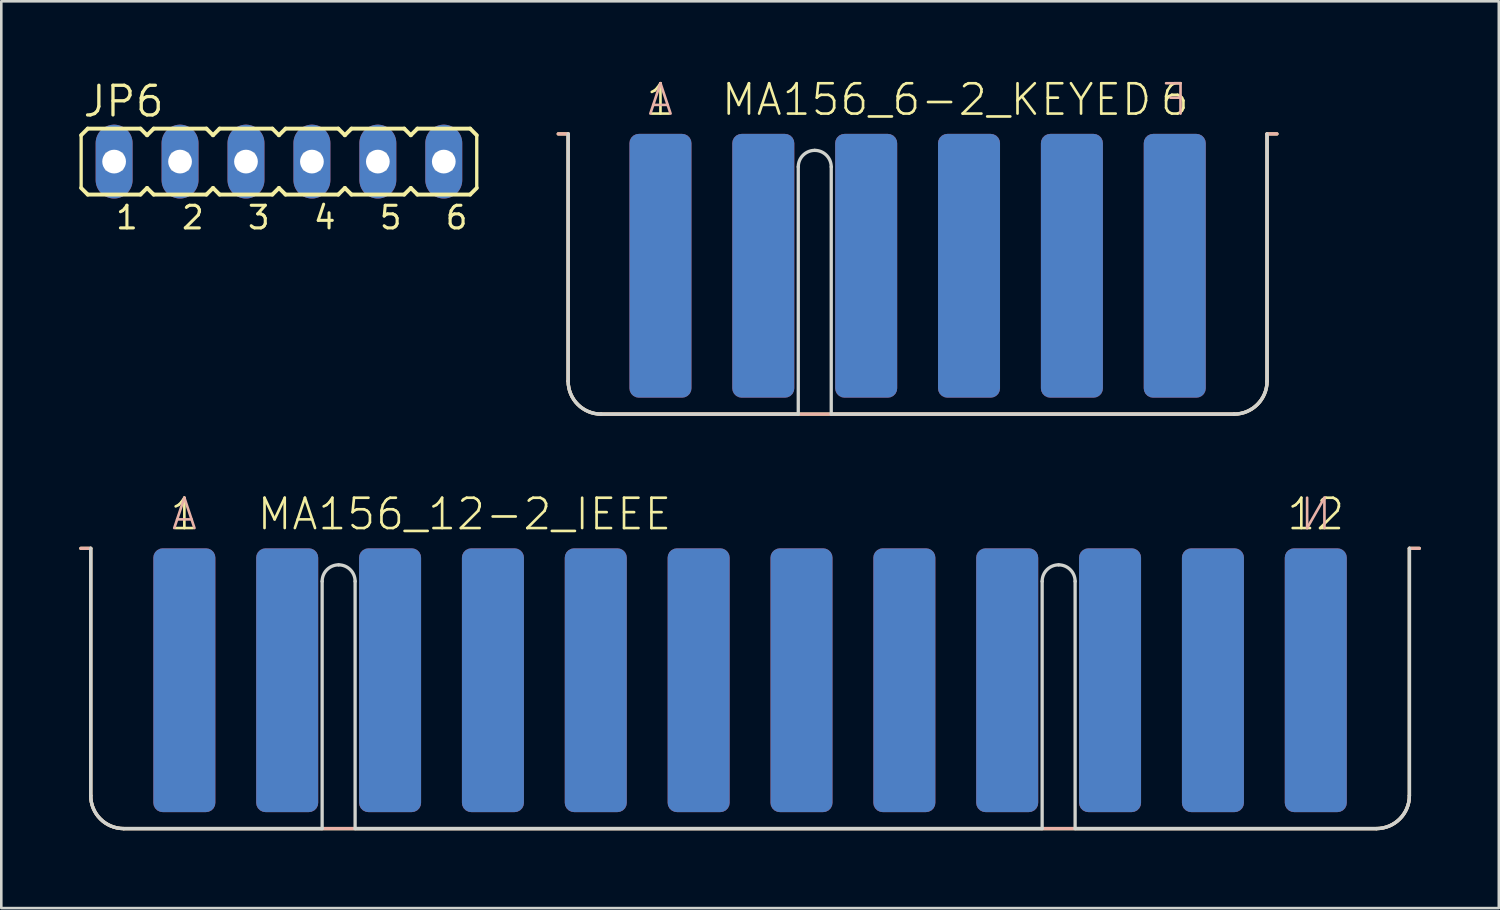
<source format=kicad_pcb>
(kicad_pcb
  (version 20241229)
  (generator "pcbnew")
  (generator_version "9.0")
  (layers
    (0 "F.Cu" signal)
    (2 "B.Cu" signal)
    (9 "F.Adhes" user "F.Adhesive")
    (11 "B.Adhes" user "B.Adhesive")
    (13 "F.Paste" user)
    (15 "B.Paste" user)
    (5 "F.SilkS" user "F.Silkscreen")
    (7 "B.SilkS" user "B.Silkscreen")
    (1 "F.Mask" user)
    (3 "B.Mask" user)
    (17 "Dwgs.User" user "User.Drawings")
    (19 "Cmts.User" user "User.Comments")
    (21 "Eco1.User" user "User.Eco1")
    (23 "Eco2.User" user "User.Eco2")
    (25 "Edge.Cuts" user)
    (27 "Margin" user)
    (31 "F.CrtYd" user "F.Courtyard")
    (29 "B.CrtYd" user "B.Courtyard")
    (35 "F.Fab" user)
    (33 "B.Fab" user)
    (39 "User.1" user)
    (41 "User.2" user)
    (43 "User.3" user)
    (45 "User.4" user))
  (footprint "MA156_6-2_KEYED"
    (layer "F.Cu")
    (at 32.299 7.188)
    (property "Reference" "MA156_6-2_KEYED" (at -7.62 -5.715 0) (layer "F.SilkS") (effects (font (size 1.168 1.168) (thickness 0.102)) (justify left bottom)))
    (fp_line (start -13.843 -5.08) (end -13.462 -5.08) (stroke (width 0.127) (type solid)) (layer "F.SilkS"))
    (fp_line (start -13.462 4.445) (end -13.462 -5.08) (stroke (width 0.127) (type solid)) (layer "F.SilkS"))
    (fp_line (start 12.192 5.715) (end -12.192 5.715) (stroke (width 0.127) (type solid)) (layer "F.SilkS"))
    (fp_line (start 13.462 -5.08) (end 13.462 4.445) (stroke (width 0.127) (type solid)) (layer "F.SilkS"))
    (fp_line (start 13.462 -5.08) (end 13.843 -5.08) (stroke (width 0.127) (type solid)) (layer "F.SilkS"))
    (fp_arc (start -12.192 5.715) (mid -13.090026 5.343026) (end -13.462 4.445) (stroke (width 0.127) (type solid)) (layer "F.SilkS"))
    (fp_arc (start 13.462 4.445) (mid 13.090026 5.343026) (end 12.192 5.715) (stroke (width 0.127) (type solid)) (layer "F.SilkS"))
    (fp_line (start -13.843 -5.08) (end -13.462 -5.08) (stroke (width 0.127) (type solid)) (layer "B.SilkS"))
    (fp_line (start -13.462 -5.08) (end -13.462 4.445) (stroke (width 0.127) (type solid)) (layer "B.SilkS"))
    (fp_line (start -12.192 5.715) (end 12.192 5.715) (stroke (width 0.127) (type solid)) (layer "B.SilkS"))
    (fp_line (start 13.462 -5.08) (end 13.843 -5.08) (stroke (width 0.127) (type solid)) (layer "B.SilkS"))
    (fp_line (start 13.462 4.445) (end 13.462 -5.08) (stroke (width 0.127) (type solid)) (layer "B.SilkS"))
    (fp_arc (start -12.192 5.715) (mid -13.090026 5.343026) (end -13.462 4.445) (stroke (width 0.127) (type solid)) (layer "B.SilkS"))
    (fp_arc (start 13.462 4.445) (mid 13.090026 5.343026) (end 12.192 5.715) (stroke (width 0.127) (type solid)) (layer "B.SilkS"))
    (fp_line (start -13.462 -5.08) (end -13.462 4.445) (stroke (width 0.127) (type solid)) (layer "Edge.Cuts"))
    (fp_line (start -12.192 5.715) (end -4.597 5.715) (stroke (width 0.127) (type solid)) (layer "Edge.Cuts"))
    (fp_line (start -4.597 5.715) (end -4.597 -3.81) (stroke (width 0.127) (type solid)) (layer "Edge.Cuts"))
    (fp_line (start -3.327 5.715) (end -3.327 -3.81) (stroke (width 0.127) (type solid)) (layer "Edge.Cuts"))
    (fp_line (start -3.327 5.715) (end 12.192 5.715) (stroke (width 0.127) (type solid)) (layer "Edge.Cuts"))
    (fp_line (start 13.462 4.445) (end 13.462 -5.08) (stroke (width 0.127) (type solid)) (layer "Edge.Cuts"))
    (fp_arc (start -12.192 5.715) (mid -13.090026 5.343026) (end -13.462 4.445) (stroke (width 0.127) (type solid)) (layer "Edge.Cuts"))
    (fp_arc (start -4.5974 -3.81) (mid -4.411413 -4.259013) (end -3.9624 -4.445) (stroke (width 0.127) (type solid)) (layer "Edge.Cuts"))
    (fp_arc (start -3.9624 -4.445) (mid -3.513387 -4.259013) (end -3.3274 -3.81) (stroke (width 0.127) (type solid)) (layer "Edge.Cuts"))
    (fp_arc (start 13.462 4.445) (mid 13.090026 5.343026) (end 12.192 5.715) (stroke (width 0.127) (type solid)) (layer "Edge.Cuts"))
    (fp_text user "1" (at -9.906 -5.715 0) (layer "F.SilkS") (effects (font (size 1.168 1.168) (thickness 0.102)) (justify bottom)))
    (fp_text user "6" (at 9.906 -5.715 0) (layer "F.SilkS") (effects (font (size 1.168 1.168) (thickness 0.102)) (justify bottom)))
    (fp_text user "A" (at -9.906 -5.715 0) (layer "B.SilkS") (effects (font (size 1.168 1.168) (thickness 0.102)) (justify bottom mirror)))
    (fp_text user "F" (at 9.906 -5.715 0) (layer "B.SilkS") (effects (font (size 1.168 1.168) (thickness 0.102)) (justify bottom mirror)))
    (pad "1" smd roundrect (at -9.906 0) (size 2.388 10.16) (layers "F.Cu" "F.Mask" "F.Paste") (roundrect_rratio 0.15))
    (pad "2" smd roundrect (at -5.944 0) (size 2.388 10.16) (layers "F.Cu" "F.Mask" "F.Paste") (roundrect_rratio 0.15))
    (pad "3" smd roundrect (at -1.981 0) (size 2.388 10.16) (layers "F.Cu" "F.Mask" "F.Paste") (roundrect_rratio 0.15))
    (pad "4" smd roundrect (at 1.981 0) (size 2.388 10.16) (layers "F.Cu" "F.Mask" "F.Paste") (roundrect_rratio 0.15))
    (pad "5" smd roundrect (at 5.944 0) (size 2.388 10.16) (layers "F.Cu" "F.Mask" "F.Paste") (roundrect_rratio 0.15))
    (pad "6" smd roundrect (at 9.906 0) (size 2.388 10.16) (layers "F.Cu" "F.Mask" "F.Paste") (roundrect_rratio 0.15))
    (pad "A" smd roundrect (at -9.906 0) (size 2.388 10.16) (layers "B.Cu" "B.Mask" "B.Paste") (roundrect_rratio 0.15))
    (pad "B" smd roundrect (at -5.944 0) (size 2.388 10.16) (layers "B.Cu" "B.Mask" "B.Paste") (roundrect_rratio 0.15))
    (pad "C" smd roundrect (at -1.981 0) (size 2.388 10.16) (layers "B.Cu" "B.Mask" "B.Paste") (roundrect_rratio 0.15))
    (pad "D" smd roundrect (at 1.981 0) (size 2.388 10.16) (layers "B.Cu" "B.Mask" "B.Paste") (roundrect_rratio 0.15))
    (pad "E" smd roundrect (at 5.944 0) (size 2.388 10.16) (layers "B.Cu" "B.Mask" "B.Paste") (roundrect_rratio 0.15))
    (pad "F" smd roundrect (at 9.906 0) (size 2.388 10.16) (layers "B.Cu" "B.Mask" "B.Paste") (roundrect_rratio 0.15)))
  (footprint "JP6"
    (layer "F.Cu")
    (at 8.966 4.445)
    (property "Reference" "JP6" (at -8.89 -2.921 0) (layer "F.SilkS") (effects (font (size 1.143 1.143) (thickness 0.127)) (justify left bottom)))
    (fp_line (start -8.89 -2.286) (end -8.89 -0.254) (stroke (width 0.127) (type solid)) (layer "F.SilkS"))
    (fp_line (start -8.89 -2.286) (end -8.636 -2.54) (stroke (width 0.152) (type solid)) (layer "F.SilkS"))
    (fp_line (start -8.89 -0.254) (end -8.636 0) (stroke (width 0.152) (type solid)) (layer "F.SilkS"))
    (fp_line (start -6.604 -2.54) (end -8.636 -2.54) (stroke (width 0.152) (type solid)) (layer "F.SilkS"))
    (fp_line (start -6.604 -2.54) (end -6.35 -2.286) (stroke (width 0.152) (type solid)) (layer "F.SilkS"))
    (fp_line (start -6.604 0) (end -8.636 0) (stroke (width 0.152) (type solid)) (layer "F.SilkS"))
    (fp_line (start -6.604 0) (end -6.35 -0.254) (stroke (width 0.152) (type solid)) (layer "F.SilkS"))
    (fp_line (start -6.35 -2.286) (end -6.096 -2.54) (stroke (width 0.152) (type solid)) (layer "F.SilkS"))
    (fp_line (start -6.35 -0.254) (end -6.096 0) (stroke (width 0.152) (type solid)) (layer "F.SilkS"))
    (fp_line (start -4.064 -2.54) (end -6.096 -2.54) (stroke (width 0.152) (type solid)) (layer "F.SilkS"))
    (fp_line (start -4.064 -2.54) (end -3.81 -2.286) (stroke (width 0.152) (type solid)) (layer "F.SilkS"))
    (fp_line (start -4.064 0) (end -6.096 0) (stroke (width 0.152) (type solid)) (layer "F.SilkS"))
    (fp_line (start -4.064 0) (end -3.81 -0.254) (stroke (width 0.152) (type solid)) (layer "F.SilkS"))
    (fp_line (start -3.81 -2.286) (end -3.556 -2.54) (stroke (width 0.152) (type solid)) (layer "F.SilkS"))
    (fp_line (start -3.81 -0.254) (end -3.556 0) (stroke (width 0.152) (type solid)) (layer "F.SilkS"))
    (fp_line (start -1.524 -2.54) (end -3.556 -2.54) (stroke (width 0.152) (type solid)) (layer "F.SilkS"))
    (fp_line (start -1.524 -2.54) (end -1.27 -2.286) (stroke (width 0.152) (type solid)) (layer "F.SilkS"))
    (fp_line (start -1.524 0) (end -3.556 0) (stroke (width 0.152) (type solid)) (layer "F.SilkS"))
    (fp_line (start -1.524 0) (end -1.27 -0.254) (stroke (width 0.152) (type solid)) (layer "F.SilkS"))
    (fp_line (start -1.27 -2.286) (end -1.016 -2.54) (stroke (width 0.152) (type solid)) (layer "F.SilkS"))
    (fp_line (start -1.27 -0.254) (end -1.016 0) (stroke (width 0.152) (type solid)) (layer "F.SilkS"))
    (fp_line (start 1.016 -2.54) (end -1.016 -2.54) (stroke (width 0.152) (type solid)) (layer "F.SilkS"))
    (fp_line (start 1.016 -2.54) (end 1.27 -2.286) (stroke (width 0.152) (type solid)) (layer "F.SilkS"))
    (fp_line (start 1.016 0) (end -1.016 0) (stroke (width 0.152) (type solid)) (layer "F.SilkS"))
    (fp_line (start 1.016 0) (end 1.27 -0.254) (stroke (width 0.152) (type solid)) (layer "F.SilkS"))
    (fp_line (start 1.27 -2.286) (end 1.524 -2.54) (stroke (width 0.152) (type solid)) (layer "F.SilkS"))
    (fp_line (start 1.27 -0.254) (end 1.524 0) (stroke (width 0.152) (type solid)) (layer "F.SilkS"))
    (fp_line (start 3.556 -2.54) (end 1.524 -2.54) (stroke (width 0.152) (type solid)) (layer "F.SilkS"))
    (fp_line (start 3.556 -2.54) (end 3.81 -2.286) (stroke (width 0.152) (type solid)) (layer "F.SilkS"))
    (fp_line (start 3.556 0) (end 1.524 0) (stroke (width 0.152) (type solid)) (layer "F.SilkS"))
    (fp_line (start 3.556 0) (end 3.81 -0.254) (stroke (width 0.152) (type solid)) (layer "F.SilkS"))
    (fp_line (start 3.81 -2.286) (end 4.064 -2.54) (stroke (width 0.152) (type solid)) (layer "F.SilkS"))
    (fp_line (start 3.81 -0.254) (end 4.064 0) (stroke (width 0.152) (type solid)) (layer "F.SilkS"))
    (fp_line (start 6.096 -2.54) (end 4.064 -2.54) (stroke (width 0.152) (type solid)) (layer "F.SilkS"))
    (fp_line (start 6.096 -2.54) (end 6.35 -2.286) (stroke (width 0.152) (type solid)) (layer "F.SilkS"))
    (fp_line (start 6.096 0) (end 4.064 0) (stroke (width 0.152) (type solid)) (layer "F.SilkS"))
    (fp_line (start 6.096 0) (end 6.35 -0.254) (stroke (width 0.152) (type solid)) (layer "F.SilkS"))
    (fp_line (start 6.35 -2.286) (end 6.35 -0.254) (stroke (width 0.127) (type solid)) (layer "F.SilkS"))
    (fp_poly (pts (xy -7.925 -0.965) (xy -7.315 -0.965) (xy -7.315 -1.575) (xy -7.925 -1.575)) (stroke (width 0.1) (type default)) (fill no) (layer "F.Fab"))
    (fp_poly (pts (xy -5.385 -0.965) (xy -4.775 -0.965) (xy -4.775 -1.575) (xy -5.385 -1.575)) (stroke (width 0.1) (type default)) (fill no) (layer "F.Fab"))
    (fp_poly (pts (xy -2.845 -0.965) (xy -2.235 -0.965) (xy -2.235 -1.575) (xy -2.845 -1.575)) (stroke (width 0.1) (type default)) (fill no) (layer "F.Fab"))
    (fp_poly (pts (xy -0.305 -0.965) (xy 0.305 -0.965) (xy 0.305 -1.575) (xy -0.305 -1.575)) (stroke (width 0.1) (type default)) (fill no) (layer "F.Fab"))
    (fp_poly (pts (xy 2.235 -0.965) (xy 2.845 -0.965) (xy 2.845 -1.575) (xy 2.235 -1.575)) (stroke (width 0.1) (type default)) (fill no) (layer "F.Fab"))
    (fp_poly (pts (xy 4.775 -0.965) (xy 5.385 -0.965) (xy 5.385 -1.575) (xy 4.775 -1.575)) (stroke (width 0.1) (type default)) (fill no) (layer "F.Fab"))
    (fp_text user "1" (at -7.62 1.397 0) (layer "F.SilkS") (effects (font (size 0.872 0.872) (thickness 0.119)) (justify left bottom)))
    (fp_text user "4" (at 0 1.397 0) (layer "F.SilkS") (effects (font (size 0.872 0.872) (thickness 0.119)) (justify left bottom)))
    (fp_text user "3" (at -2.54 1.397 0) (layer "F.SilkS") (effects (font (size 0.872 0.872) (thickness 0.119)) (justify left bottom)))
    (fp_text user "2" (at -5.08 1.397 0) (layer "F.SilkS") (effects (font (size 0.872 0.872) (thickness 0.119)) (justify left bottom)))
    (fp_text user "6" (at 5.08 1.397 0) (layer "F.SilkS") (effects (font (size 0.872 0.872) (thickness 0.119)) (justify left bottom)))
    (fp_text user "5" (at 2.54 1.397 0) (layer "F.SilkS") (effects (font (size 0.872 0.872) (thickness 0.119)) (justify left bottom)))
    (pad "1" thru_hole oval (at -7.62 -1.27 90) (size 2.845 1.422) (drill 0.914) (layers "*.Cu" "*.Mask"))
    (pad "2" thru_hole oval (at -5.08 -1.27 90) (size 2.845 1.422) (drill 0.914) (layers "*.Cu" "*.Mask"))
    (pad "3" thru_hole oval (at -2.54 -1.27 90) (size 2.845 1.422) (drill 0.914) (layers "*.Cu" "*.Mask"))
    (pad "4" thru_hole oval (at 0 -1.27 90) (size 2.845 1.422) (drill 0.914) (layers "*.Cu" "*.Mask"))
    (pad "5" thru_hole oval (at 2.54 -1.27 90) (size 2.845 1.422) (drill 0.914) (layers "*.Cu" "*.Mask"))
    (pad "6" thru_hole oval (at 5.08 -1.27 90) (size 2.845 1.422) (drill 0.914) (layers "*.Cu" "*.Mask")))
  (footprint "MA156_12-2_IEEE"
    (layer "F.Cu")
    (at 25.845 23.155)
    (property "Reference" "MA156_12-2_IEEE" (at -19.05 -5.715 0) (layer "F.SilkS") (effects (font (size 1.168 1.168) (thickness 0.102)) (justify left bottom)))
    (fp_line (start -25.781 -5.08) (end -25.4 -5.08) (stroke (width 0.127) (type solid)) (layer "F.SilkS"))
    (fp_line (start -25.4 4.445) (end -25.4 -5.08) (stroke (width 0.127) (type solid)) (layer "F.SilkS"))
    (fp_line (start -24.13 5.715) (end 24.13 5.715) (stroke (width 0.127) (type solid)) (layer "F.SilkS"))
    (fp_line (start 25.4 -5.08) (end 25.781 -5.08) (stroke (width 0.127) (type solid)) (layer "F.SilkS"))
    (fp_line (start 25.4 4.445) (end 25.4 -5.08) (stroke (width 0.127) (type solid)) (layer "F.SilkS"))
    (fp_arc (start -24.13 5.715) (mid -25.028026 5.343026) (end -25.4 4.445) (stroke (width 0.127) (type solid)) (layer "F.SilkS"))
    (fp_arc (start 25.4 4.445) (mid 25.028026 5.343026) (end 24.13 5.715) (stroke (width 0.127) (type solid)) (layer "F.SilkS"))
    (fp_line (start -25.781 -5.08) (end -25.4 -5.08) (stroke (width 0.127) (type solid)) (layer "B.SilkS"))
    (fp_line (start -25.4 -5.08) (end -25.4 4.445) (stroke (width 0.127) (type solid)) (layer "B.SilkS"))
    (fp_line (start -24.13 5.715) (end 24.13 5.715) (stroke (width 0.127) (type solid)) (layer "B.SilkS"))
    (fp_line (start 25.4 -5.08) (end 25.781 -5.08) (stroke (width 0.127) (type solid)) (layer "B.SilkS"))
    (fp_line (start 25.4 4.445) (end 25.4 -5.08) (stroke (width 0.127) (type solid)) (layer "B.SilkS"))
    (fp_arc (start -24.13 5.715) (mid -25.028026 5.343026) (end -25.4 4.445) (stroke (width 0.127) (type solid)) (layer "B.SilkS"))
    (fp_arc (start 25.4 4.445) (mid 25.028026 5.343026) (end 24.13 5.715) (stroke (width 0.127) (type solid)) (layer "B.SilkS"))
    (fp_line (start -25.4 -5.08) (end -25.4 4.445) (stroke (width 0.127) (type solid)) (layer "Edge.Cuts"))
    (fp_line (start -24.13 5.715) (end -16.485 5.715) (stroke (width 0.127) (type solid)) (layer "Edge.Cuts"))
    (fp_line (start -16.485 5.715) (end -16.485 -3.81) (stroke (width 0.127) (type solid)) (layer "Edge.Cuts"))
    (fp_line (start -15.215 5.715) (end -15.215 -3.81) (stroke (width 0.127) (type solid)) (layer "Edge.Cuts"))
    (fp_line (start -15.215 5.715) (end 11.252 5.715) (stroke (width 0.127) (type solid)) (layer "Edge.Cuts"))
    (fp_line (start 11.252 5.715) (end 11.252 -3.81) (stroke (width 0.127) (type solid)) (layer "Edge.Cuts"))
    (fp_line (start 12.522 5.715) (end 12.522 -3.81) (stroke (width 0.127) (type solid)) (layer "Edge.Cuts"))
    (fp_line (start 12.522 5.715) (end 24.13 5.715) (stroke (width 0.127) (type solid)) (layer "Edge.Cuts"))
    (fp_line (start 25.4 4.445) (end 25.4 -5.08) (stroke (width 0.127) (type solid)) (layer "Edge.Cuts"))
    (fp_arc (start -24.13 5.715) (mid -25.028026 5.343026) (end -25.4 4.445) (stroke (width 0.127) (type solid)) (layer "Edge.Cuts"))
    (fp_arc (start -16.4846 -3.81) (mid -16.298613 -4.259013) (end -15.8496 -4.445) (stroke (width 0.127) (type solid)) (layer "Edge.Cuts"))
    (fp_arc (start -15.8496 -4.445) (mid -15.400587 -4.259013) (end -15.2146 -3.81) (stroke (width 0.127) (type solid)) (layer "Edge.Cuts"))
    (fp_arc (start 11.2522 -3.81) (mid 11.438187 -4.259013) (end 11.8872 -4.445) (stroke (width 0.127) (type solid)) (layer "Edge.Cuts"))
    (fp_arc (start 11.8872 -4.445) (mid 12.336213 -4.259013) (end 12.5222 -3.81) (stroke (width 0.127) (type solid)) (layer "Edge.Cuts"))
    (fp_arc (start 25.4 4.445) (mid 25.028026 5.343026) (end 24.13 5.715) (stroke (width 0.127) (type solid)) (layer "Edge.Cuts"))
    (fp_text user "1" (at -21.793 -5.715 0) (layer "F.SilkS") (effects (font (size 1.168 1.168) (thickness 0.102)) (justify bottom)))
    (fp_text user "12" (at 21.793 -5.715 0) (layer "F.SilkS") (effects (font (size 1.168 1.168) (thickness 0.102)) (justify bottom)))
    (fp_text user "N" (at 21.793 -5.715 0) (layer "B.SilkS") (effects (font (size 1.168 1.168) (thickness 0.102)) (justify bottom mirror)))
    (fp_text user "A" (at -21.793 -5.715 0) (layer "B.SilkS") (effects (font (size 1.168 1.168) (thickness 0.102)) (justify bottom mirror)))
    (pad "1" smd roundrect (at -21.793 0) (size 2.388 10.16) (layers "F.Cu" "F.Mask" "F.Paste") (roundrect_rratio 0.15))
    (pad "2" smd roundrect (at -17.831 0) (size 2.388 10.16) (layers "F.Cu" "F.Mask" "F.Paste") (roundrect_rratio 0.15))
    (pad "3" smd roundrect (at -13.868 0) (size 2.388 10.16) (layers "F.Cu" "F.Mask" "F.Paste") (roundrect_rratio 0.15))
    (pad "4" smd roundrect (at -9.906 0) (size 2.388 10.16) (layers "F.Cu" "F.Mask" "F.Paste") (roundrect_rratio 0.15))
    (pad "5" smd roundrect (at -5.944 0) (size 2.388 10.16) (layers "F.Cu" "F.Mask" "F.Paste") (roundrect_rratio 0.15))
    (pad "6" smd roundrect (at -1.981 0) (size 2.388 10.16) (layers "F.Cu" "F.Mask" "F.Paste") (roundrect_rratio 0.15))
    (pad "7" smd roundrect (at 1.981 0) (size 2.388 10.16) (layers "F.Cu" "F.Mask" "F.Paste") (roundrect_rratio 0.15))
    (pad "8" smd roundrect (at 5.944 0) (size 2.388 10.16) (layers "F.Cu" "F.Mask" "F.Paste") (roundrect_rratio 0.15))
    (pad "9" smd roundrect (at 9.906 0) (size 2.388 10.16) (layers "F.Cu" "F.Mask" "F.Paste") (roundrect_rratio 0.15))
    (pad "10" smd roundrect (at 13.868 0) (size 2.388 10.16) (layers "F.Cu" "F.Mask" "F.Paste") (roundrect_rratio 0.15))
    (pad "11" smd roundrect (at 17.831 0) (size 2.388 10.16) (layers "F.Cu" "F.Mask" "F.Paste") (roundrect_rratio 0.15))
    (pad "12" smd roundrect (at 21.793 0) (size 2.388 10.16) (layers "F.Cu" "F.Mask" "F.Paste") (roundrect_rratio 0.15))
    (pad "A" smd roundrect (at -21.793 0) (size 2.388 10.16) (layers "B.Cu" "B.Mask" "B.Paste") (roundrect_rratio 0.15))
    (pad "B" smd roundrect (at -17.831 0) (size 2.388 10.16) (layers "B.Cu" "B.Mask" "B.Paste") (roundrect_rratio 0.15))
    (pad "C" smd roundrect (at -13.868 0) (size 2.388 10.16) (layers "B.Cu" "B.Mask" "B.Paste") (roundrect_rratio 0.15))
    (pad "D" smd roundrect (at -9.906 0) (size 2.388 10.16) (layers "B.Cu" "B.Mask" "B.Paste") (roundrect_rratio 0.15))
    (pad "E" smd roundrect (at -5.944 0) (size 2.388 10.16) (layers "B.Cu" "B.Mask" "B.Paste") (roundrect_rratio 0.15))
    (pad "F" smd roundrect (at -1.981 0) (size 2.388 10.16) (layers "B.Cu" "B.Mask" "B.Paste") (roundrect_rratio 0.15))
    (pad "H" smd roundrect (at 1.981 0) (size 2.388 10.16) (layers "B.Cu" "B.Mask" "B.Paste") (roundrect_rratio 0.15))
    (pad "J" smd roundrect (at 5.944 0) (size 2.388 10.16) (layers "B.Cu" "B.Mask" "B.Paste") (roundrect_rratio 0.15))
    (pad "K" smd roundrect (at 9.906 0) (size 2.388 10.16) (layers "B.Cu" "B.Mask" "B.Paste") (roundrect_rratio 0.15))
    (pad "L" smd roundrect (at 13.868 0) (size 2.388 10.16) (layers "B.Cu" "B.Mask" "B.Paste") (roundrect_rratio 0.15))
    (pad "M" smd roundrect (at 17.831 0) (size 2.388 10.16) (layers "B.Cu" "B.Mask" "B.Paste") (roundrect_rratio 0.15))
    (pad "N" smd roundrect (at 21.793 0) (size 2.388 10.16) (layers "B.Cu" "B.Mask" "B.Paste") (roundrect_rratio 0.15)))
  (gr_rect
    (start -3 -3)
    (end 54.689 31.933)
    (stroke (width 0.1) (type default))
    (fill no)
    (layer "Edge.Cuts")))
</source>
